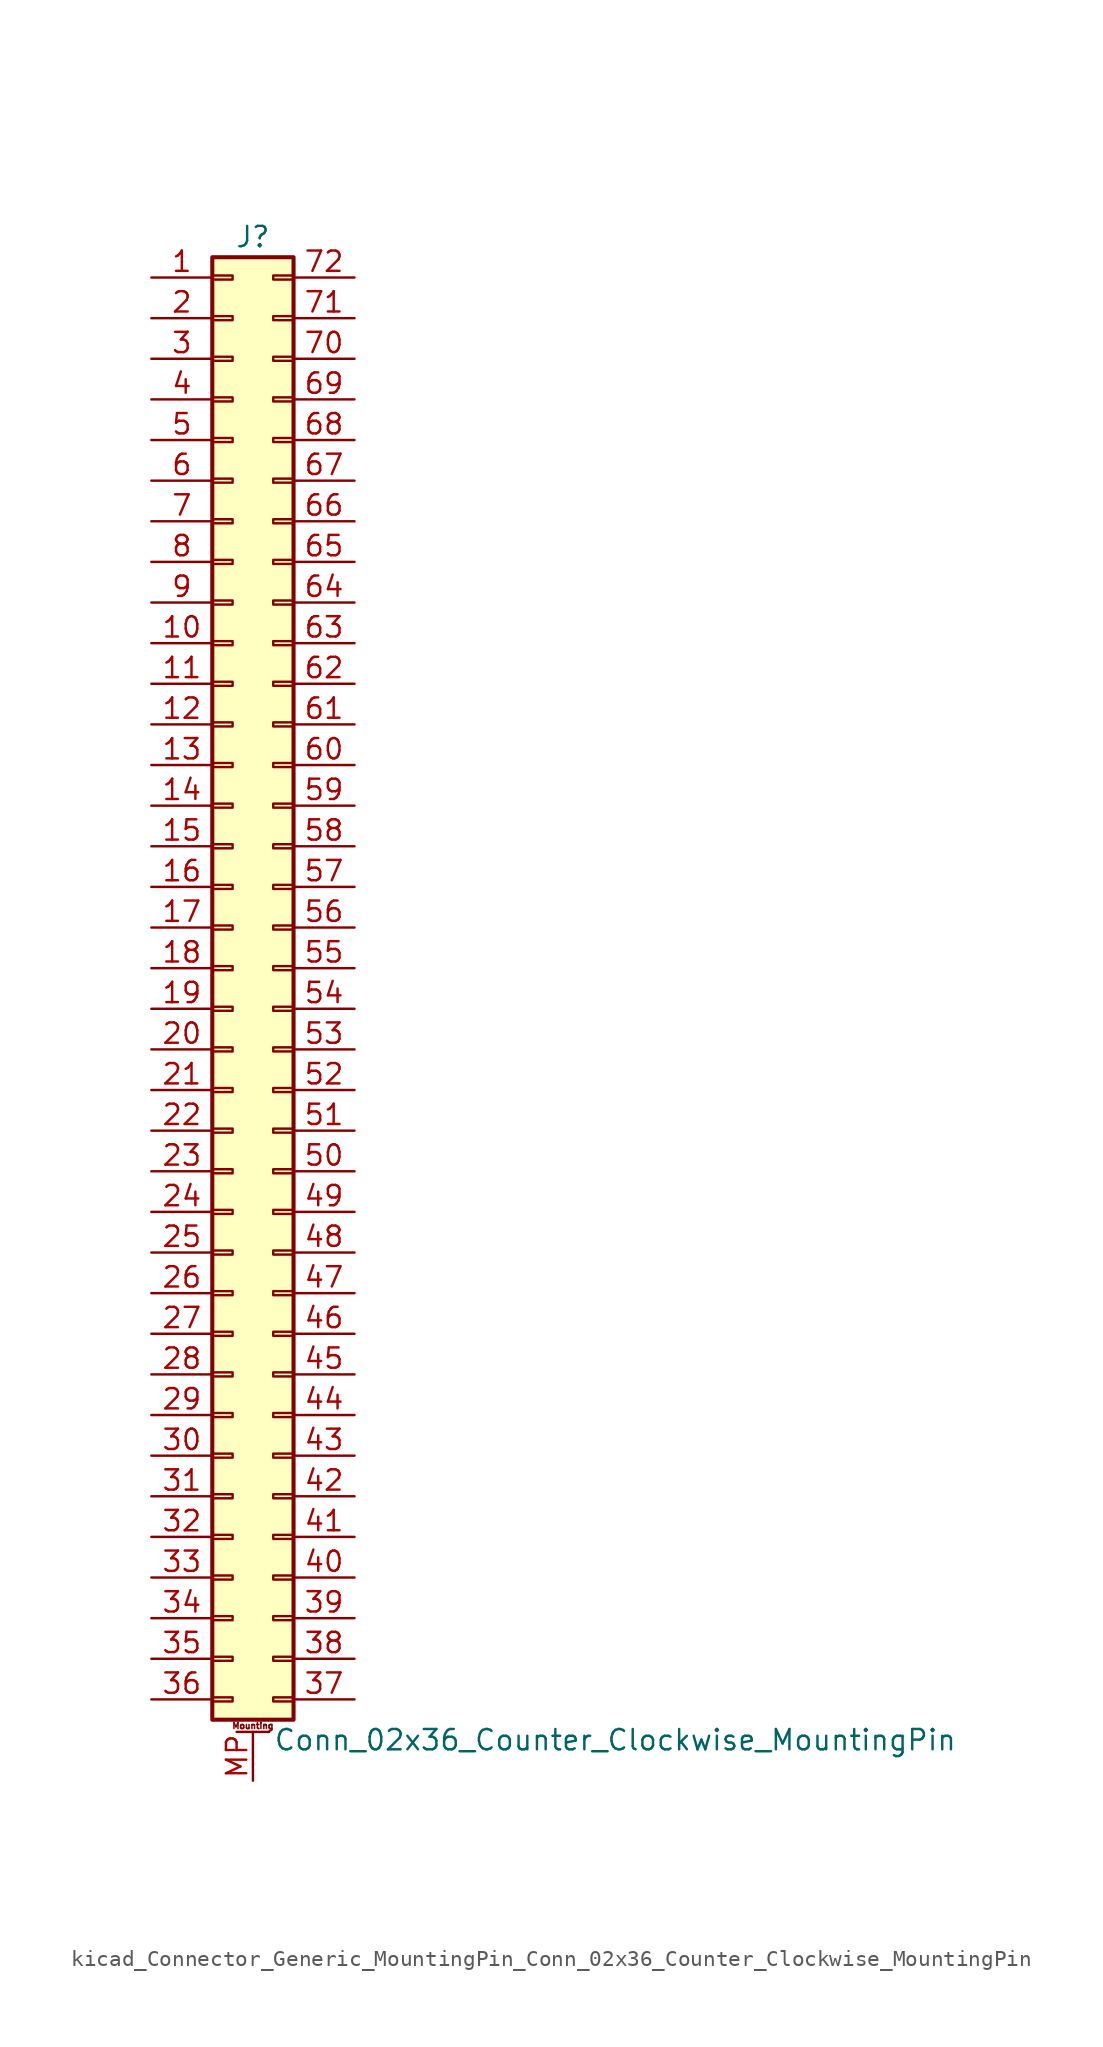
<source format=kicad_sym>
(kicad_symbol_lib
  (version 20220914)
  (generator kicad_symbol_editor)
  (symbol "kicad_Connector_Generic_MountingPin_Conn_02x36_Counter_Clockwise_MountingPin"
    (pin_names
      (offset 1.016) hide)
    (property "Reference" "J"
      (at 1.27 45.72 0)
      (effects (font (size 1.27 1.27))))
    (property "Value" "Conn_02x36_Counter_Clockwise_MountingPin"
      (at 2.54 -48.26 0)
      (effects (font (size 1.27 1.27)) (justify left)))
    (symbol "kicad_Connector_Generic_MountingPin_Conn_02x36_Counter_Clockwise_MountingPin_1_1"
      (rectangle (start -1.27 -45.593) (end 0 -45.847) (stroke (width 0.152) (type default)) (fill (type none)))
      (rectangle (start -1.27 -43.053) (end 0 -43.307) (stroke (width 0.152) (type default)) (fill (type none)))
      (rectangle (start -1.27 -40.513) (end 0 -40.767) (stroke (width 0.152) (type default)) (fill (type none)))
      (rectangle (start -1.27 -37.973) (end 0 -38.227) (stroke (width 0.152) (type default)) (fill (type none)))
      (rectangle (start -1.27 -35.433) (end 0 -35.687) (stroke (width 0.152) (type default)) (fill (type none)))
      (rectangle (start -1.27 -32.893) (end 0 -33.147) (stroke (width 0.152) (type default)) (fill (type none)))
      (rectangle (start -1.27 -30.353) (end 0 -30.607) (stroke (width 0.152) (type default)) (fill (type none)))
      (rectangle (start -1.27 -27.813) (end 0 -28.067) (stroke (width 0.152) (type default)) (fill (type none)))
      (rectangle (start -1.27 -25.273) (end 0 -25.527) (stroke (width 0.152) (type default)) (fill (type none)))
      (rectangle (start -1.27 -22.733) (end 0 -22.987) (stroke (width 0.152) (type default)) (fill (type none)))
      (rectangle (start -1.27 -20.193) (end 0 -20.447) (stroke (width 0.152) (type default)) (fill (type none)))
      (rectangle (start -1.27 -17.653) (end 0 -17.907) (stroke (width 0.152) (type default)) (fill (type none)))
      (rectangle (start -1.27 -15.113) (end 0 -15.367) (stroke (width 0.152) (type default)) (fill (type none)))
      (rectangle (start -1.27 -12.573) (end 0 -12.827) (stroke (width 0.152) (type default)) (fill (type none)))
      (rectangle (start -1.27 -10.033) (end 0 -10.287) (stroke (width 0.152) (type default)) (fill (type none)))
      (rectangle (start -1.27 -7.493) (end 0 -7.747) (stroke (width 0.152) (type default)) (fill (type none)))
      (rectangle (start -1.27 -4.953) (end 0 -5.207) (stroke (width 0.152) (type default)) (fill (type none)))
      (rectangle (start -1.27 -2.413) (end 0 -2.667) (stroke (width 0.152) (type default)) (fill (type none)))
      (rectangle (start -1.27 0.127) (end 0 -0.127) (stroke (width 0.152) (type default)) (fill (type none)))
      (rectangle (start -1.27 2.667) (end 0 2.413) (stroke (width 0.152) (type default)) (fill (type none)))
      (rectangle (start -1.27 5.207) (end 0 4.953) (stroke (width 0.152) (type default)) (fill (type none)))
      (rectangle (start -1.27 7.747) (end 0 7.493) (stroke (width 0.152) (type default)) (fill (type none)))
      (rectangle (start -1.27 10.287) (end 0 10.033) (stroke (width 0.152) (type default)) (fill (type none)))
      (rectangle (start -1.27 12.827) (end 0 12.573) (stroke (width 0.152) (type default)) (fill (type none)))
      (rectangle (start -1.27 15.367) (end 0 15.113) (stroke (width 0.152) (type default)) (fill (type none)))
      (rectangle (start -1.27 17.907) (end 0 17.653) (stroke (width 0.152) (type default)) (fill (type none)))
      (rectangle (start -1.27 20.447) (end 0 20.193) (stroke (width 0.152) (type default)) (fill (type none)))
      (rectangle (start -1.27 22.987) (end 0 22.733) (stroke (width 0.152) (type default)) (fill (type none)))
      (rectangle (start -1.27 25.527) (end 0 25.273) (stroke (width 0.152) (type default)) (fill (type none)))
      (rectangle (start -1.27 28.067) (end 0 27.813) (stroke (width 0.152) (type default)) (fill (type none)))
      (rectangle (start -1.27 30.607) (end 0 30.353) (stroke (width 0.152) (type default)) (fill (type none)))
      (rectangle (start -1.27 33.147) (end 0 32.893) (stroke (width 0.152) (type default)) (fill (type none)))
      (rectangle (start -1.27 35.687) (end 0 35.433) (stroke (width 0.152) (type default)) (fill (type none)))
      (rectangle (start -1.27 38.227) (end 0 37.973) (stroke (width 0.152) (type default)) (fill (type none)))
      (rectangle (start -1.27 40.767) (end 0 40.513) (stroke (width 0.152) (type default)) (fill (type none)))
      (rectangle (start -1.27 43.307) (end 0 43.053) (stroke (width 0.152) (type default)) (fill (type none)))
      (rectangle (start -1.27 44.45) (end 3.81 -46.99) (stroke (width 0.254) (type default)) (fill (type background)))
      (polyline (pts (xy 0.254 -47.752) (xy 2.286 -47.752)) (stroke (width 0.152) (type default)) (fill (type none)))
      (rectangle (start 3.81 -45.593) (end 2.54 -45.847) (stroke (width 0.152) (type default)) (fill (type none)))
      (rectangle (start 3.81 -43.053) (end 2.54 -43.307) (stroke (width 0.152) (type default)) (fill (type none)))
      (rectangle (start 3.81 -40.513) (end 2.54 -40.767) (stroke (width 0.152) (type default)) (fill (type none)))
      (rectangle (start 3.81 -37.973) (end 2.54 -38.227) (stroke (width 0.152) (type default)) (fill (type none)))
      (rectangle (start 3.81 -35.433) (end 2.54 -35.687) (stroke (width 0.152) (type default)) (fill (type none)))
      (rectangle (start 3.81 -32.893) (end 2.54 -33.147) (stroke (width 0.152) (type default)) (fill (type none)))
      (rectangle (start 3.81 -30.353) (end 2.54 -30.607) (stroke (width 0.152) (type default)) (fill (type none)))
      (rectangle (start 3.81 -27.813) (end 2.54 -28.067) (stroke (width 0.152) (type default)) (fill (type none)))
      (rectangle (start 3.81 -25.273) (end 2.54 -25.527) (stroke (width 0.152) (type default)) (fill (type none)))
      (rectangle (start 3.81 -22.733) (end 2.54 -22.987) (stroke (width 0.152) (type default)) (fill (type none)))
      (rectangle (start 3.81 -20.193) (end 2.54 -20.447) (stroke (width 0.152) (type default)) (fill (type none)))
      (rectangle (start 3.81 -17.653) (end 2.54 -17.907) (stroke (width 0.152) (type default)) (fill (type none)))
      (rectangle (start 3.81 -15.113) (end 2.54 -15.367) (stroke (width 0.152) (type default)) (fill (type none)))
      (rectangle (start 3.81 -12.573) (end 2.54 -12.827) (stroke (width 0.152) (type default)) (fill (type none)))
      (rectangle (start 3.81 -10.033) (end 2.54 -10.287) (stroke (width 0.152) (type default)) (fill (type none)))
      (rectangle (start 3.81 -7.493) (end 2.54 -7.747) (stroke (width 0.152) (type default)) (fill (type none)))
      (rectangle (start 3.81 -4.953) (end 2.54 -5.207) (stroke (width 0.152) (type default)) (fill (type none)))
      (rectangle (start 3.81 -2.413) (end 2.54 -2.667) (stroke (width 0.152) (type default)) (fill (type none)))
      (rectangle (start 3.81 0.127) (end 2.54 -0.127) (stroke (width 0.152) (type default)) (fill (type none)))
      (rectangle (start 3.81 2.667) (end 2.54 2.413) (stroke (width 0.152) (type default)) (fill (type none)))
      (rectangle (start 3.81 5.207) (end 2.54 4.953) (stroke (width 0.152) (type default)) (fill (type none)))
      (rectangle (start 3.81 7.747) (end 2.54 7.493) (stroke (width 0.152) (type default)) (fill (type none)))
      (rectangle (start 3.81 10.287) (end 2.54 10.033) (stroke (width 0.152) (type default)) (fill (type none)))
      (rectangle (start 3.81 12.827) (end 2.54 12.573) (stroke (width 0.152) (type default)) (fill (type none)))
      (rectangle (start 3.81 15.367) (end 2.54 15.113) (stroke (width 0.152) (type default)) (fill (type none)))
      (rectangle (start 3.81 17.907) (end 2.54 17.653) (stroke (width 0.152) (type default)) (fill (type none)))
      (rectangle (start 3.81 20.447) (end 2.54 20.193) (stroke (width 0.152) (type default)) (fill (type none)))
      (rectangle (start 3.81 22.987) (end 2.54 22.733) (stroke (width 0.152) (type default)) (fill (type none)))
      (rectangle (start 3.81 25.527) (end 2.54 25.273) (stroke (width 0.152) (type default)) (fill (type none)))
      (rectangle (start 3.81 28.067) (end 2.54 27.813) (stroke (width 0.152) (type default)) (fill (type none)))
      (rectangle (start 3.81 30.607) (end 2.54 30.353) (stroke (width 0.152) (type default)) (fill (type none)))
      (rectangle (start 3.81 33.147) (end 2.54 32.893) (stroke (width 0.152) (type default)) (fill (type none)))
      (rectangle (start 3.81 35.687) (end 2.54 35.433) (stroke (width 0.152) (type default)) (fill (type none)))
      (rectangle (start 3.81 38.227) (end 2.54 37.973) (stroke (width 0.152) (type default)) (fill (type none)))
      (rectangle (start 3.81 40.767) (end 2.54 40.513) (stroke (width 0.152) (type default)) (fill (type none)))
      (rectangle (start 3.81 43.307) (end 2.54 43.053) (stroke (width 0.152) (type default)) (fill (type none)))
      (text "Mounting" (at 1.27 -47.371 0) (effects (font (size 0.381 0.381))))
      (pin passive line (at -5.08 43.18 0) (length 3.81) (name "Pin_1" (effects (font (size 1.27 1.27)))) (number "1" (effects (font (size 1.27 1.27)))))
      (pin passive line (at -5.08 20.32 0) (length 3.81) (name "Pin_10" (effects (font (size 1.27 1.27)))) (number "10" (effects (font (size 1.27 1.27)))))
      (pin passive line (at -5.08 17.78 0) (length 3.81) (name "Pin_11" (effects (font (size 1.27 1.27)))) (number "11" (effects (font (size 1.27 1.27)))))
      (pin passive line (at -5.08 15.24 0) (length 3.81) (name "Pin_12" (effects (font (size 1.27 1.27)))) (number "12" (effects (font (size 1.27 1.27)))))
      (pin passive line (at -5.08 12.7 0) (length 3.81) (name "Pin_13" (effects (font (size 1.27 1.27)))) (number "13" (effects (font (size 1.27 1.27)))))
      (pin passive line (at -5.08 10.16 0) (length 3.81) (name "Pin_14" (effects (font (size 1.27 1.27)))) (number "14" (effects (font (size 1.27 1.27)))))
      (pin passive line (at -5.08 7.62 0) (length 3.81) (name "Pin_15" (effects (font (size 1.27 1.27)))) (number "15" (effects (font (size 1.27 1.27)))))
      (pin passive line (at -5.08 5.08 0) (length 3.81) (name "Pin_16" (effects (font (size 1.27 1.27)))) (number "16" (effects (font (size 1.27 1.27)))))
      (pin passive line (at -5.08 2.54 0) (length 3.81) (name "Pin_17" (effects (font (size 1.27 1.27)))) (number "17" (effects (font (size 1.27 1.27)))))
      (pin passive line (at -5.08 0 0) (length 3.81) (name "Pin_18" (effects (font (size 1.27 1.27)))) (number "18" (effects (font (size 1.27 1.27)))))
      (pin passive line (at -5.08 -2.54 0) (length 3.81) (name "Pin_19" (effects (font (size 1.27 1.27)))) (number "19" (effects (font (size 1.27 1.27)))))
      (pin passive line (at -5.08 40.64 0) (length 3.81) (name "Pin_2" (effects (font (size 1.27 1.27)))) (number "2" (effects (font (size 1.27 1.27)))))
      (pin passive line (at -5.08 -5.08 0) (length 3.81) (name "Pin_20" (effects (font (size 1.27 1.27)))) (number "20" (effects (font (size 1.27 1.27)))))
      (pin passive line (at -5.08 -7.62 0) (length 3.81) (name "Pin_21" (effects (font (size 1.27 1.27)))) (number "21" (effects (font (size 1.27 1.27)))))
      (pin passive line (at -5.08 -10.16 0) (length 3.81) (name "Pin_22" (effects (font (size 1.27 1.27)))) (number "22" (effects (font (size 1.27 1.27)))))
      (pin passive line (at -5.08 -12.7 0) (length 3.81) (name "Pin_23" (effects (font (size 1.27 1.27)))) (number "23" (effects (font (size 1.27 1.27)))))
      (pin passive line (at -5.08 -15.24 0) (length 3.81) (name "Pin_24" (effects (font (size 1.27 1.27)))) (number "24" (effects (font (size 1.27 1.27)))))
      (pin passive line (at -5.08 -17.78 0) (length 3.81) (name "Pin_25" (effects (font (size 1.27 1.27)))) (number "25" (effects (font (size 1.27 1.27)))))
      (pin passive line (at -5.08 -20.32 0) (length 3.81) (name "Pin_26" (effects (font (size 1.27 1.27)))) (number "26" (effects (font (size 1.27 1.27)))))
      (pin passive line (at -5.08 -22.86 0) (length 3.81) (name "Pin_27" (effects (font (size 1.27 1.27)))) (number "27" (effects (font (size 1.27 1.27)))))
      (pin passive line (at -5.08 -25.4 0) (length 3.81) (name "Pin_28" (effects (font (size 1.27 1.27)))) (number "28" (effects (font (size 1.27 1.27)))))
      (pin passive line (at -5.08 -27.94 0) (length 3.81) (name "Pin_29" (effects (font (size 1.27 1.27)))) (number "29" (effects (font (size 1.27 1.27)))))
      (pin passive line (at -5.08 38.1 0) (length 3.81) (name "Pin_3" (effects (font (size 1.27 1.27)))) (number "3" (effects (font (size 1.27 1.27)))))
      (pin passive line (at -5.08 -30.48 0) (length 3.81) (name "Pin_30" (effects (font (size 1.27 1.27)))) (number "30" (effects (font (size 1.27 1.27)))))
      (pin passive line (at -5.08 -33.02 0) (length 3.81) (name "Pin_31" (effects (font (size 1.27 1.27)))) (number "31" (effects (font (size 1.27 1.27)))))
      (pin passive line (at -5.08 -35.56 0) (length 3.81) (name "Pin_32" (effects (font (size 1.27 1.27)))) (number "32" (effects (font (size 1.27 1.27)))))
      (pin passive line (at -5.08 -38.1 0) (length 3.81) (name "Pin_33" (effects (font (size 1.27 1.27)))) (number "33" (effects (font (size 1.27 1.27)))))
      (pin passive line (at -5.08 -40.64 0) (length 3.81) (name "Pin_34" (effects (font (size 1.27 1.27)))) (number "34" (effects (font (size 1.27 1.27)))))
      (pin passive line (at -5.08 -43.18 0) (length 3.81) (name "Pin_35" (effects (font (size 1.27 1.27)))) (number "35" (effects (font (size 1.27 1.27)))))
      (pin passive line (at -5.08 -45.72 0) (length 3.81) (name "Pin_36" (effects (font (size 1.27 1.27)))) (number "36" (effects (font (size 1.27 1.27)))))
      (pin passive line (at 7.62 -45.72 180) (length 3.81) (name "Pin_37" (effects (font (size 1.27 1.27)))) (number "37" (effects (font (size 1.27 1.27)))))
      (pin passive line (at 7.62 -43.18 180) (length 3.81) (name "Pin_38" (effects (font (size 1.27 1.27)))) (number "38" (effects (font (size 1.27 1.27)))))
      (pin passive line (at 7.62 -40.64 180) (length 3.81) (name "Pin_39" (effects (font (size 1.27 1.27)))) (number "39" (effects (font (size 1.27 1.27)))))
      (pin passive line (at -5.08 35.56 0) (length 3.81) (name "Pin_4" (effects (font (size 1.27 1.27)))) (number "4" (effects (font (size 1.27 1.27)))))
      (pin passive line (at 7.62 -38.1 180) (length 3.81) (name "Pin_40" (effects (font (size 1.27 1.27)))) (number "40" (effects (font (size 1.27 1.27)))))
      (pin passive line (at 7.62 -35.56 180) (length 3.81) (name "Pin_41" (effects (font (size 1.27 1.27)))) (number "41" (effects (font (size 1.27 1.27)))))
      (pin passive line (at 7.62 -33.02 180) (length 3.81) (name "Pin_42" (effects (font (size 1.27 1.27)))) (number "42" (effects (font (size 1.27 1.27)))))
      (pin passive line (at 7.62 -30.48 180) (length 3.81) (name "Pin_43" (effects (font (size 1.27 1.27)))) (number "43" (effects (font (size 1.27 1.27)))))
      (pin passive line (at 7.62 -27.94 180) (length 3.81) (name "Pin_44" (effects (font (size 1.27 1.27)))) (number "44" (effects (font (size 1.27 1.27)))))
      (pin passive line (at 7.62 -25.4 180) (length 3.81) (name "Pin_45" (effects (font (size 1.27 1.27)))) (number "45" (effects (font (size 1.27 1.27)))))
      (pin passive line (at 7.62 -22.86 180) (length 3.81) (name "Pin_46" (effects (font (size 1.27 1.27)))) (number "46" (effects (font (size 1.27 1.27)))))
      (pin passive line (at 7.62 -20.32 180) (length 3.81) (name "Pin_47" (effects (font (size 1.27 1.27)))) (number "47" (effects (font (size 1.27 1.27)))))
      (pin passive line (at 7.62 -17.78 180) (length 3.81) (name "Pin_48" (effects (font (size 1.27 1.27)))) (number "48" (effects (font (size 1.27 1.27)))))
      (pin passive line (at 7.62 -15.24 180) (length 3.81) (name "Pin_49" (effects (font (size 1.27 1.27)))) (number "49" (effects (font (size 1.27 1.27)))))
      (pin passive line (at -5.08 33.02 0) (length 3.81) (name "Pin_5" (effects (font (size 1.27 1.27)))) (number "5" (effects (font (size 1.27 1.27)))))
      (pin passive line (at 7.62 -12.7 180) (length 3.81) (name "Pin_50" (effects (font (size 1.27 1.27)))) (number "50" (effects (font (size 1.27 1.27)))))
      (pin passive line (at 7.62 -10.16 180) (length 3.81) (name "Pin_51" (effects (font (size 1.27 1.27)))) (number "51" (effects (font (size 1.27 1.27)))))
      (pin passive line (at 7.62 -7.62 180) (length 3.81) (name "Pin_52" (effects (font (size 1.27 1.27)))) (number "52" (effects (font (size 1.27 1.27)))))
      (pin passive line (at 7.62 -5.08 180) (length 3.81) (name "Pin_53" (effects (font (size 1.27 1.27)))) (number "53" (effects (font (size 1.27 1.27)))))
      (pin passive line (at 7.62 -2.54 180) (length 3.81) (name "Pin_54" (effects (font (size 1.27 1.27)))) (number "54" (effects (font (size 1.27 1.27)))))
      (pin passive line (at 7.62 0 180) (length 3.81) (name "Pin_55" (effects (font (size 1.27 1.27)))) (number "55" (effects (font (size 1.27 1.27)))))
      (pin passive line (at 7.62 2.54 180) (length 3.81) (name "Pin_56" (effects (font (size 1.27 1.27)))) (number "56" (effects (font (size 1.27 1.27)))))
      (pin passive line (at 7.62 5.08 180) (length 3.81) (name "Pin_57" (effects (font (size 1.27 1.27)))) (number "57" (effects (font (size 1.27 1.27)))))
      (pin passive line (at 7.62 7.62 180) (length 3.81) (name "Pin_58" (effects (font (size 1.27 1.27)))) (number "58" (effects (font (size 1.27 1.27)))))
      (pin passive line (at 7.62 10.16 180) (length 3.81) (name "Pin_59" (effects (font (size 1.27 1.27)))) (number "59" (effects (font (size 1.27 1.27)))))
      (pin passive line (at -5.08 30.48 0) (length 3.81) (name "Pin_6" (effects (font (size 1.27 1.27)))) (number "6" (effects (font (size 1.27 1.27)))))
      (pin passive line (at 7.62 12.7 180) (length 3.81) (name "Pin_60" (effects (font (size 1.27 1.27)))) (number "60" (effects (font (size 1.27 1.27)))))
      (pin passive line (at 7.62 15.24 180) (length 3.81) (name "Pin_61" (effects (font (size 1.27 1.27)))) (number "61" (effects (font (size 1.27 1.27)))))
      (pin passive line (at 7.62 17.78 180) (length 3.81) (name "Pin_62" (effects (font (size 1.27 1.27)))) (number "62" (effects (font (size 1.27 1.27)))))
      (pin passive line (at 7.62 20.32 180) (length 3.81) (name "Pin_63" (effects (font (size 1.27 1.27)))) (number "63" (effects (font (size 1.27 1.27)))))
      (pin passive line (at 7.62 22.86 180) (length 3.81) (name "Pin_64" (effects (font (size 1.27 1.27)))) (number "64" (effects (font (size 1.27 1.27)))))
      (pin passive line (at 7.62 25.4 180) (length 3.81) (name "Pin_65" (effects (font (size 1.27 1.27)))) (number "65" (effects (font (size 1.27 1.27)))))
      (pin passive line (at 7.62 27.94 180) (length 3.81) (name "Pin_66" (effects (font (size 1.27 1.27)))) (number "66" (effects (font (size 1.27 1.27)))))
      (pin passive line (at 7.62 30.48 180) (length 3.81) (name "Pin_67" (effects (font (size 1.27 1.27)))) (number "67" (effects (font (size 1.27 1.27)))))
      (pin passive line (at 7.62 33.02 180) (length 3.81) (name "Pin_68" (effects (font (size 1.27 1.27)))) (number "68" (effects (font (size 1.27 1.27)))))
      (pin passive line (at 7.62 35.56 180) (length 3.81) (name "Pin_69" (effects (font (size 1.27 1.27)))) (number "69" (effects (font (size 1.27 1.27)))))
      (pin passive line (at -5.08 27.94 0) (length 3.81) (name "Pin_7" (effects (font (size 1.27 1.27)))) (number "7" (effects (font (size 1.27 1.27)))))
      (pin passive line (at 7.62 38.1 180) (length 3.81) (name "Pin_70" (effects (font (size 1.27 1.27)))) (number "70" (effects (font (size 1.27 1.27)))))
      (pin passive line (at 7.62 40.64 180) (length 3.81) (name "Pin_71" (effects (font (size 1.27 1.27)))) (number "71" (effects (font (size 1.27 1.27)))))
      (pin passive line (at 7.62 43.18 180) (length 3.81) (name "Pin_72" (effects (font (size 1.27 1.27)))) (number "72" (effects (font (size 1.27 1.27)))))
      (pin passive line (at -5.08 25.4 0) (length 3.81) (name "Pin_8" (effects (font (size 1.27 1.27)))) (number "8" (effects (font (size 1.27 1.27)))))
      (pin passive line (at -5.08 22.86 0) (length 3.81) (name "Pin_9" (effects (font (size 1.27 1.27)))) (number "9" (effects (font (size 1.27 1.27)))))
      (pin passive line (at 1.27 -50.8 90) (length 3.048) (name "MountPin" (effects (font (size 1.27 1.27)))) (number "MP" (effects (font (size 1.27 1.27))))))))
</source>
